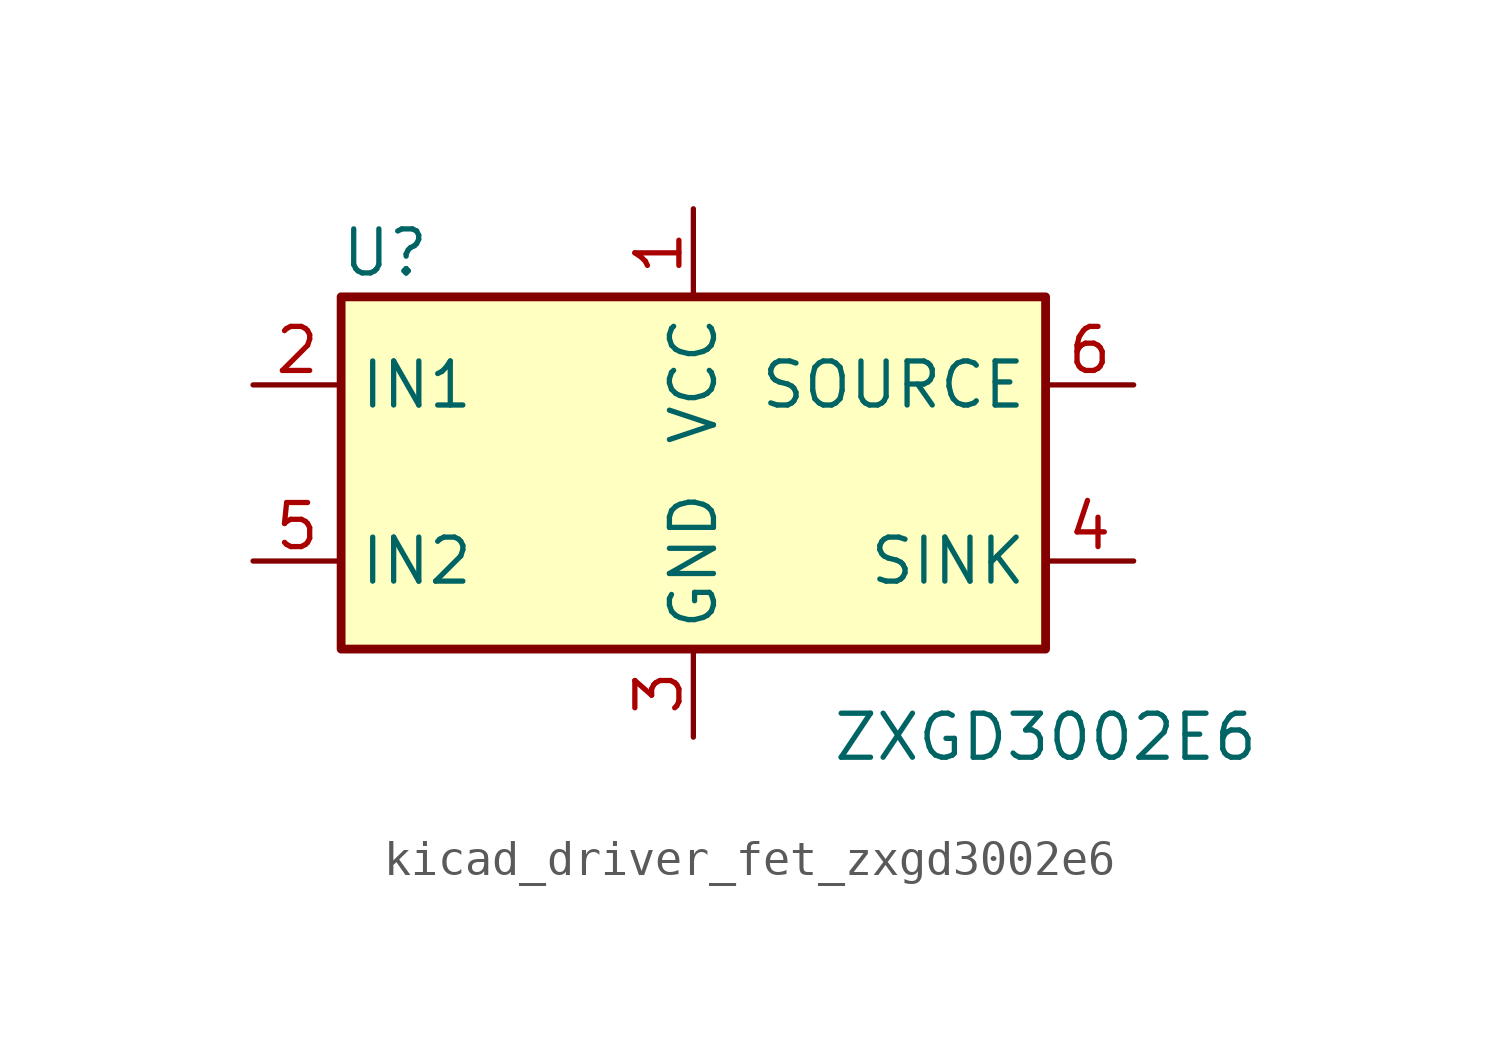
<source format=kicad_sym>
(kicad_symbol_lib
  (version 20220914)
  (generator kicad_symbol_editor)
  (symbol "kicad_driver_fet_zxgd3002e6"
    (property "Reference" "U"
      (at -8.89 6.35 0)
      (effects (font (size 1.27 1.27))))
    (property "Value" "ZXGD3002E6"
      (at 10.16 -7.62 0)
      (effects (font (size 1.27 1.27))))
    (symbol "kicad_driver_fet_zxgd3002e6_0_1"
      (rectangle (start -10.16 5.08) (end 10.16 -5.08) (stroke (width 0.254) (type default)) (fill (type background))))
    (symbol "kicad_driver_fet_zxgd3002e6_1_1"
      (pin power_in line (at 0 7.62 270) (length 2.54) (name "VCC" (effects (font (size 1.27 1.27)))) (number "1" (effects (font (size 1.27 1.27)))))
      (pin input line (at -12.7 2.54 0) (length 2.54) (name "IN1" (effects (font (size 1.27 1.27)))) (number "2" (effects (font (size 1.27 1.27)))))
      (pin power_in line (at 0 -7.62 90) (length 2.54) (name "GND" (effects (font (size 1.27 1.27)))) (number "3" (effects (font (size 1.27 1.27)))))
      (pin open_collector line (at 12.7 -2.54 180) (length 2.54) (name "SINK" (effects (font (size 1.27 1.27)))) (number "4" (effects (font (size 1.27 1.27)))))
      (pin input line (at -12.7 -2.54 0) (length 2.54) (name "IN2" (effects (font (size 1.27 1.27)))) (number "5" (effects (font (size 1.27 1.27)))))
      (pin open_emitter line (at 12.7 2.54 180) (length 2.54) (name "SOURCE" (effects (font (size 1.27 1.27)))) (number "6" (effects (font (size 1.27 1.27))))))))
</source>
